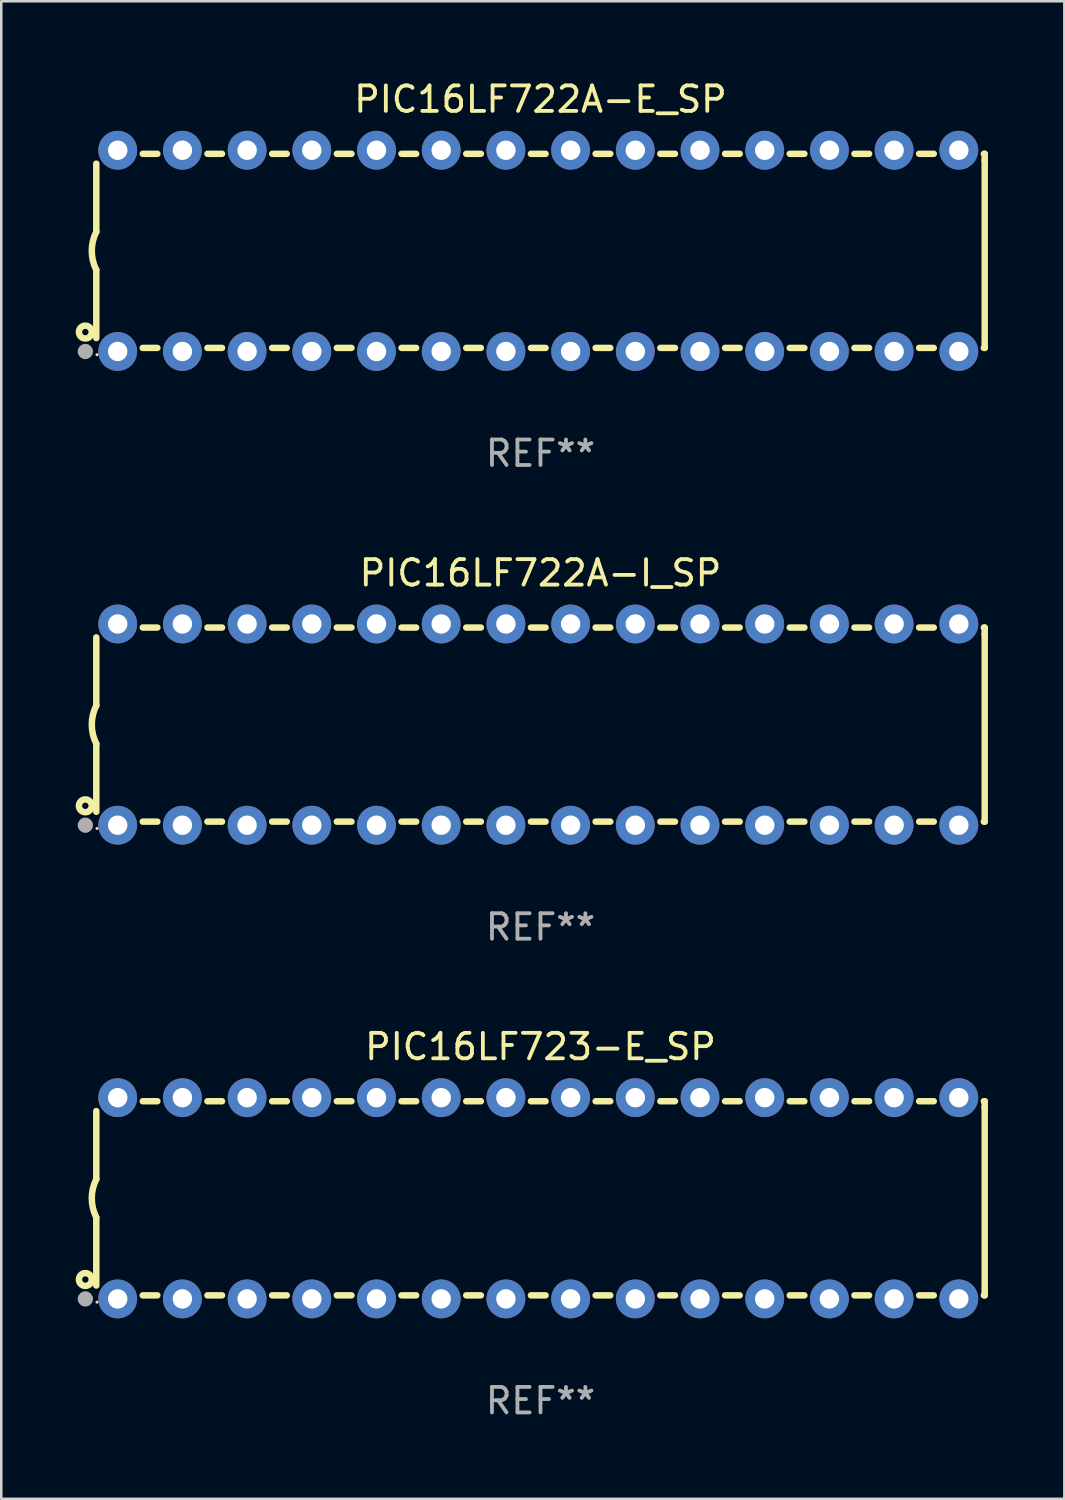
<source format=kicad_pcb>
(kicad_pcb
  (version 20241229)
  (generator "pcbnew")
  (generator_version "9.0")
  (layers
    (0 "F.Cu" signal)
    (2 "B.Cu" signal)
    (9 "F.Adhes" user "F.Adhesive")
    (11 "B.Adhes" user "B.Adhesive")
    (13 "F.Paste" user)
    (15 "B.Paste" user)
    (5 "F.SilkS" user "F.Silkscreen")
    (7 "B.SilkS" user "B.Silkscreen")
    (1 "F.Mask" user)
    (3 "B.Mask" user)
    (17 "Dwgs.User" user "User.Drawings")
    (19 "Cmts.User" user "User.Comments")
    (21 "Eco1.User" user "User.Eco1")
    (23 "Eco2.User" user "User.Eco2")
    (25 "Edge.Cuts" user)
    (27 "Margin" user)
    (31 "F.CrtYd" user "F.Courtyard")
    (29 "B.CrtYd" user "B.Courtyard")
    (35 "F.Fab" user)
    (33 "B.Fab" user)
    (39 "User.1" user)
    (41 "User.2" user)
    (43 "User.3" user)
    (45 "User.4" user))
  (footprint "PIC16LF723-E_SP"
    (layer "F.Cu")
    (at 18.168 43.991)
    (property "Reference" "PIC16LF723-E_SP" (at 0 -5.95 0) (layer "F.SilkS") (effects (font (size 1 1) (thickness 0.15))))
    (attr through_hole)
    (fp_line (start -17.438 0.75) (end -17.438 3.423) (stroke (width 0.254) (type solid)) (layer "F.SilkS"))
    (fp_line (start -17.438 -3.423) (end -17.438 -0.75) (stroke (width 0.254) (type solid)) (layer "F.SilkS"))
    (fp_line (start -15.615 3.81) (end -15.041 3.81) (stroke (width 0.254) (type solid)) (layer "F.SilkS"))
    (fp_line (start -15.041 -3.81) (end -15.614 -3.81) (stroke (width 0.254) (type solid)) (layer "F.SilkS"))
    (fp_line (start -13.075 3.81) (end -12.501 3.81) (stroke (width 0.254) (type solid)) (layer "F.SilkS"))
    (fp_line (start -12.501 -3.81) (end -13.074 -3.81) (stroke (width 0.254) (type solid)) (layer "F.SilkS"))
    (fp_line (start -10.535 3.81) (end -9.961 3.81) (stroke (width 0.254) (type solid)) (layer "F.SilkS"))
    (fp_line (start -9.961 -3.81) (end -10.534 -3.81) (stroke (width 0.254) (type solid)) (layer "F.SilkS"))
    (fp_line (start -7.995 3.81) (end -7.421 3.81) (stroke (width 0.254) (type solid)) (layer "F.SilkS"))
    (fp_line (start -7.421 -3.81) (end -7.995 -3.81) (stroke (width 0.254) (type solid)) (layer "F.SilkS"))
    (fp_line (start -5.455 3.81) (end -4.881 3.81) (stroke (width 0.254) (type solid)) (layer "F.SilkS"))
    (fp_line (start -4.881 -3.81) (end -5.455 -3.81) (stroke (width 0.254) (type solid)) (layer "F.SilkS"))
    (fp_line (start -2.915 3.81) (end -2.341 3.81) (stroke (width 0.254) (type solid)) (layer "F.SilkS"))
    (fp_line (start -2.341 -3.81) (end -2.915 -3.81) (stroke (width 0.254) (type solid)) (layer "F.SilkS"))
    (fp_line (start -0.375 3.81) (end 0.199 3.81) (stroke (width 0.254) (type solid)) (layer "F.SilkS"))
    (fp_line (start 0.199 -3.81) (end -0.375 -3.81) (stroke (width 0.254) (type solid)) (layer "F.SilkS"))
    (fp_line (start 2.165 3.81) (end 2.739 3.81) (stroke (width 0.254) (type solid)) (layer "F.SilkS"))
    (fp_line (start 2.739 -3.81) (end 2.165 -3.81) (stroke (width 0.254) (type solid)) (layer "F.SilkS"))
    (fp_line (start 4.705 3.81) (end 5.279 3.81) (stroke (width 0.254) (type solid)) (layer "F.SilkS"))
    (fp_line (start 5.279 -3.81) (end 4.705 -3.81) (stroke (width 0.254) (type solid)) (layer "F.SilkS"))
    (fp_line (start 7.245 3.81) (end 7.819 3.81) (stroke (width 0.254) (type solid)) (layer "F.SilkS"))
    (fp_line (start 7.819 -3.81) (end 7.245 -3.81) (stroke (width 0.254) (type solid)) (layer "F.SilkS"))
    (fp_line (start 9.785 3.81) (end 10.359 3.81) (stroke (width 0.254) (type solid)) (layer "F.SilkS"))
    (fp_line (start 10.359 -3.81) (end 9.785 -3.81) (stroke (width 0.254) (type solid)) (layer "F.SilkS"))
    (fp_line (start 12.325 3.81) (end 12.899 3.81) (stroke (width 0.254) (type solid)) (layer "F.SilkS"))
    (fp_line (start 12.899 -3.81) (end 12.325 -3.81) (stroke (width 0.254) (type solid)) (layer "F.SilkS"))
    (fp_line (start 14.865 3.81) (end 15.439 3.81) (stroke (width 0.254) (type solid)) (layer "F.SilkS"))
    (fp_line (start 15.439 -3.81) (end 14.865 -3.81) (stroke (width 0.254) (type solid)) (layer "F.SilkS"))
    (fp_line (start 17.405 3.81) (end 17.438 3.81) (stroke (width 0.254) (type solid)) (layer "F.SilkS"))
    (fp_line (start 17.438 -3.81) (end 17.405 -3.81) (stroke (width 0.254) (type solid)) (layer "F.SilkS"))
    (fp_line (start 17.438 -3.556) (end 17.438 -3.81) (stroke (width 0.254) (type solid)) (layer "F.SilkS"))
    (fp_line (start 17.438 3.81) (end 17.438 -3.556) (stroke (width 0.254) (type solid)) (layer "F.SilkS"))
    (fp_arc (start -17.437986 0.749657) (mid -17.614887 -0.000024) (end -17.437783 -0.749657) (stroke (width 0.254001) (type solid)) (layer "F.SilkS"))
    (fp_circle (center -17.868 3.188) (end -17.743 3.188) (stroke (width 0.254) (type solid)) (fill no) (layer "F.SilkS"))
    (fp_circle (center -17.411 4.077) (end -17.381 4.077) (stroke (width 0.06) (type solid)) (fill no) (layer "F.SilkS"))
    (fp_circle (center -17.868 3.95) (end -17.718 3.95) (stroke (width 0.3) (type solid)) (fill no) (layer "F.Fab"))
    (fp_text user "REF**" (at 0 7.95 0) (layer "F.Fab") (effects (font (size 1 1) (thickness 0.15))))
    (pad "1" thru_hole circle (at -16.598 3.95) (size 1.524 1.524) (drill 0.762) (layers "*.Cu" "*.Mask"))
    (pad "2" thru_hole circle (at -14.058 3.95) (size 1.524 1.524) (drill 0.762) (layers "*.Cu" "*.Mask"))
    (pad "3" thru_hole circle (at -11.518 3.95) (size 1.524 1.524) (drill 0.762) (layers "*.Cu" "*.Mask"))
    (pad "4" thru_hole circle (at -8.978 3.95) (size 1.524 1.524) (drill 0.762) (layers "*.Cu" "*.Mask"))
    (pad "5" thru_hole circle (at -6.438 3.95) (size 1.524 1.524) (drill 0.762) (layers "*.Cu" "*.Mask"))
    (pad "6" thru_hole circle (at -3.898 3.95) (size 1.524 1.524) (drill 0.762) (layers "*.Cu" "*.Mask"))
    (pad "7" thru_hole circle (at -1.358 3.95) (size 1.524 1.524) (drill 0.762) (layers "*.Cu" "*.Mask"))
    (pad "8" thru_hole circle (at 1.182 3.95) (size 1.524 1.524) (drill 0.762) (layers "*.Cu" "*.Mask"))
    (pad "9" thru_hole circle (at 3.722 3.95) (size 1.524 1.524) (drill 0.762) (layers "*.Cu" "*.Mask"))
    (pad "10" thru_hole circle (at 6.262 3.95) (size 1.524 1.524) (drill 0.762) (layers "*.Cu" "*.Mask"))
    (pad "11" thru_hole circle (at 8.802 3.95) (size 1.524 1.524) (drill 0.762) (layers "*.Cu" "*.Mask"))
    (pad "12" thru_hole circle (at 11.342 3.95) (size 1.524 1.524) (drill 0.762) (layers "*.Cu" "*.Mask"))
    (pad "13" thru_hole circle (at 13.882 3.95) (size 1.524 1.524) (drill 0.762) (layers "*.Cu" "*.Mask"))
    (pad "14" thru_hole circle (at 16.422 3.95) (size 1.524 1.524) (drill 0.762) (layers "*.Cu" "*.Mask"))
    (pad "15" thru_hole circle (at 16.422 -3.95) (size 1.524 1.524) (drill 0.762) (layers "*.Cu" "*.Mask"))
    (pad "16" thru_hole circle (at 13.882 -3.95) (size 1.524 1.524) (drill 0.762) (layers "*.Cu" "*.Mask"))
    (pad "17" thru_hole circle (at 11.342 -3.95) (size 1.524 1.524) (drill 0.762) (layers "*.Cu" "*.Mask"))
    (pad "18" thru_hole circle (at 8.802 -3.95) (size 1.524 1.524) (drill 0.762) (layers "*.Cu" "*.Mask"))
    (pad "19" thru_hole circle (at 6.262 -3.95) (size 1.524 1.524) (drill 0.762) (layers "*.Cu" "*.Mask"))
    (pad "20" thru_hole circle (at 3.722 -3.95) (size 1.524 1.524) (drill 0.762) (layers "*.Cu" "*.Mask"))
    (pad "21" thru_hole circle (at 1.182 -3.95) (size 1.524 1.524) (drill 0.762) (layers "*.Cu" "*.Mask"))
    (pad "22" thru_hole circle (at -1.358 -3.95) (size 1.524 1.524) (drill 0.762) (layers "*.Cu" "*.Mask"))
    (pad "23" thru_hole circle (at -3.898 -3.95) (size 1.524 1.524) (drill 0.762) (layers "*.Cu" "*.Mask"))
    (pad "24" thru_hole circle (at -6.438 -3.95) (size 1.524 1.524) (drill 0.762) (layers "*.Cu" "*.Mask"))
    (pad "25" thru_hole circle (at -8.978 -3.95) (size 1.524 1.524) (drill 0.762) (layers "*.Cu" "*.Mask"))
    (pad "26" thru_hole circle (at -11.517 -3.95) (size 1.524 1.524) (drill 0.762) (layers "*.Cu" "*.Mask"))
    (pad "27" thru_hole circle (at -14.057 -3.95) (size 1.524 1.524) (drill 0.762) (layers "*.Cu" "*.Mask"))
    (pad "28" thru_hole circle (at -16.597 -3.95) (size 1.524 1.524) (drill 0.762) (layers "*.Cu" "*.Mask")))
  (footprint "PIC16LF722A-E_SP"
    (layer "F.Cu")
    (at 18.168 6.798)
    (property "Reference" "PIC16LF722A-E_SP" (at 0 -5.95 0) (layer "F.SilkS") (effects (font (size 1 1) (thickness 0.15))))
    (attr through_hole)
    (fp_line (start -17.438 0.75) (end -17.438 3.423) (stroke (width 0.254) (type solid)) (layer "F.SilkS"))
    (fp_line (start -17.438 -3.423) (end -17.438 -0.75) (stroke (width 0.254) (type solid)) (layer "F.SilkS"))
    (fp_line (start -15.615 3.81) (end -15.041 3.81) (stroke (width 0.254) (type solid)) (layer "F.SilkS"))
    (fp_line (start -15.041 -3.81) (end -15.614 -3.81) (stroke (width 0.254) (type solid)) (layer "F.SilkS"))
    (fp_line (start -13.075 3.81) (end -12.501 3.81) (stroke (width 0.254) (type solid)) (layer "F.SilkS"))
    (fp_line (start -12.501 -3.81) (end -13.074 -3.81) (stroke (width 0.254) (type solid)) (layer "F.SilkS"))
    (fp_line (start -10.535 3.81) (end -9.961 3.81) (stroke (width 0.254) (type solid)) (layer "F.SilkS"))
    (fp_line (start -9.961 -3.81) (end -10.534 -3.81) (stroke (width 0.254) (type solid)) (layer "F.SilkS"))
    (fp_line (start -7.995 3.81) (end -7.421 3.81) (stroke (width 0.254) (type solid)) (layer "F.SilkS"))
    (fp_line (start -7.421 -3.81) (end -7.995 -3.81) (stroke (width 0.254) (type solid)) (layer "F.SilkS"))
    (fp_line (start -5.455 3.81) (end -4.881 3.81) (stroke (width 0.254) (type solid)) (layer "F.SilkS"))
    (fp_line (start -4.881 -3.81) (end -5.455 -3.81) (stroke (width 0.254) (type solid)) (layer "F.SilkS"))
    (fp_line (start -2.915 3.81) (end -2.341 3.81) (stroke (width 0.254) (type solid)) (layer "F.SilkS"))
    (fp_line (start -2.341 -3.81) (end -2.915 -3.81) (stroke (width 0.254) (type solid)) (layer "F.SilkS"))
    (fp_line (start -0.375 3.81) (end 0.199 3.81) (stroke (width 0.254) (type solid)) (layer "F.SilkS"))
    (fp_line (start 0.199 -3.81) (end -0.375 -3.81) (stroke (width 0.254) (type solid)) (layer "F.SilkS"))
    (fp_line (start 2.165 3.81) (end 2.739 3.81) (stroke (width 0.254) (type solid)) (layer "F.SilkS"))
    (fp_line (start 2.739 -3.81) (end 2.165 -3.81) (stroke (width 0.254) (type solid)) (layer "F.SilkS"))
    (fp_line (start 4.705 3.81) (end 5.279 3.81) (stroke (width 0.254) (type solid)) (layer "F.SilkS"))
    (fp_line (start 5.279 -3.81) (end 4.705 -3.81) (stroke (width 0.254) (type solid)) (layer "F.SilkS"))
    (fp_line (start 7.245 3.81) (end 7.819 3.81) (stroke (width 0.254) (type solid)) (layer "F.SilkS"))
    (fp_line (start 7.819 -3.81) (end 7.245 -3.81) (stroke (width 0.254) (type solid)) (layer "F.SilkS"))
    (fp_line (start 9.785 3.81) (end 10.359 3.81) (stroke (width 0.254) (type solid)) (layer "F.SilkS"))
    (fp_line (start 10.359 -3.81) (end 9.785 -3.81) (stroke (width 0.254) (type solid)) (layer "F.SilkS"))
    (fp_line (start 12.325 3.81) (end 12.899 3.81) (stroke (width 0.254) (type solid)) (layer "F.SilkS"))
    (fp_line (start 12.899 -3.81) (end 12.325 -3.81) (stroke (width 0.254) (type solid)) (layer "F.SilkS"))
    (fp_line (start 14.865 3.81) (end 15.439 3.81) (stroke (width 0.254) (type solid)) (layer "F.SilkS"))
    (fp_line (start 15.439 -3.81) (end 14.865 -3.81) (stroke (width 0.254) (type solid)) (layer "F.SilkS"))
    (fp_line (start 17.405 3.81) (end 17.438 3.81) (stroke (width 0.254) (type solid)) (layer "F.SilkS"))
    (fp_line (start 17.438 -3.81) (end 17.405 -3.81) (stroke (width 0.254) (type solid)) (layer "F.SilkS"))
    (fp_line (start 17.438 -3.556) (end 17.438 -3.81) (stroke (width 0.254) (type solid)) (layer "F.SilkS"))
    (fp_line (start 17.438 3.81) (end 17.438 -3.556) (stroke (width 0.254) (type solid)) (layer "F.SilkS"))
    (fp_arc (start -17.437986 0.749657) (mid -17.614887 -0.000024) (end -17.437783 -0.749657) (stroke (width 0.254001) (type solid)) (layer "F.SilkS"))
    (fp_circle (center -17.868 3.188) (end -17.743 3.188) (stroke (width 0.254) (type solid)) (fill no) (layer "F.SilkS"))
    (fp_circle (center -17.411 4.077) (end -17.381 4.077) (stroke (width 0.06) (type solid)) (fill no) (layer "F.SilkS"))
    (fp_circle (center -17.868 3.95) (end -17.718 3.95) (stroke (width 0.3) (type solid)) (fill no) (layer "F.Fab"))
    (fp_text user "REF**" (at 0 7.95 0) (layer "F.Fab") (effects (font (size 1 1) (thickness 0.15))))
    (pad "1" thru_hole circle (at -16.598 3.95) (size 1.524 1.524) (drill 0.762) (layers "*.Cu" "*.Mask"))
    (pad "2" thru_hole circle (at -14.058 3.95) (size 1.524 1.524) (drill 0.762) (layers "*.Cu" "*.Mask"))
    (pad "3" thru_hole circle (at -11.518 3.95) (size 1.524 1.524) (drill 0.762) (layers "*.Cu" "*.Mask"))
    (pad "4" thru_hole circle (at -8.978 3.95) (size 1.524 1.524) (drill 0.762) (layers "*.Cu" "*.Mask"))
    (pad "5" thru_hole circle (at -6.438 3.95) (size 1.524 1.524) (drill 0.762) (layers "*.Cu" "*.Mask"))
    (pad "6" thru_hole circle (at -3.898 3.95) (size 1.524 1.524) (drill 0.762) (layers "*.Cu" "*.Mask"))
    (pad "7" thru_hole circle (at -1.358 3.95) (size 1.524 1.524) (drill 0.762) (layers "*.Cu" "*.Mask"))
    (pad "8" thru_hole circle (at 1.182 3.95) (size 1.524 1.524) (drill 0.762) (layers "*.Cu" "*.Mask"))
    (pad "9" thru_hole circle (at 3.722 3.95) (size 1.524 1.524) (drill 0.762) (layers "*.Cu" "*.Mask"))
    (pad "10" thru_hole circle (at 6.262 3.95) (size 1.524 1.524) (drill 0.762) (layers "*.Cu" "*.Mask"))
    (pad "11" thru_hole circle (at 8.802 3.95) (size 1.524 1.524) (drill 0.762) (layers "*.Cu" "*.Mask"))
    (pad "12" thru_hole circle (at 11.342 3.95) (size 1.524 1.524) (drill 0.762) (layers "*.Cu" "*.Mask"))
    (pad "13" thru_hole circle (at 13.882 3.95) (size 1.524 1.524) (drill 0.762) (layers "*.Cu" "*.Mask"))
    (pad "14" thru_hole circle (at 16.422 3.95) (size 1.524 1.524) (drill 0.762) (layers "*.Cu" "*.Mask"))
    (pad "15" thru_hole circle (at 16.422 -3.95) (size 1.524 1.524) (drill 0.762) (layers "*.Cu" "*.Mask"))
    (pad "16" thru_hole circle (at 13.882 -3.95) (size 1.524 1.524) (drill 0.762) (layers "*.Cu" "*.Mask"))
    (pad "17" thru_hole circle (at 11.342 -3.95) (size 1.524 1.524) (drill 0.762) (layers "*.Cu" "*.Mask"))
    (pad "18" thru_hole circle (at 8.802 -3.95) (size 1.524 1.524) (drill 0.762) (layers "*.Cu" "*.Mask"))
    (pad "19" thru_hole circle (at 6.262 -3.95) (size 1.524 1.524) (drill 0.762) (layers "*.Cu" "*.Mask"))
    (pad "20" thru_hole circle (at 3.722 -3.95) (size 1.524 1.524) (drill 0.762) (layers "*.Cu" "*.Mask"))
    (pad "21" thru_hole circle (at 1.182 -3.95) (size 1.524 1.524) (drill 0.762) (layers "*.Cu" "*.Mask"))
    (pad "22" thru_hole circle (at -1.358 -3.95) (size 1.524 1.524) (drill 0.762) (layers "*.Cu" "*.Mask"))
    (pad "23" thru_hole circle (at -3.898 -3.95) (size 1.524 1.524) (drill 0.762) (layers "*.Cu" "*.Mask"))
    (pad "24" thru_hole circle (at -6.438 -3.95) (size 1.524 1.524) (drill 0.762) (layers "*.Cu" "*.Mask"))
    (pad "25" thru_hole circle (at -8.978 -3.95) (size 1.524 1.524) (drill 0.762) (layers "*.Cu" "*.Mask"))
    (pad "26" thru_hole circle (at -11.517 -3.95) (size 1.524 1.524) (drill 0.762) (layers "*.Cu" "*.Mask"))
    (pad "27" thru_hole circle (at -14.057 -3.95) (size 1.524 1.524) (drill 0.762) (layers "*.Cu" "*.Mask"))
    (pad "28" thru_hole circle (at -16.597 -3.95) (size 1.524 1.524) (drill 0.762) (layers "*.Cu" "*.Mask")))
  (footprint "PIC16LF722A-I_SP"
    (layer "F.Cu")
    (at 18.168 25.395)
    (property "Reference" "PIC16LF722A-I_SP" (at 0 -5.95 0) (layer "F.SilkS") (effects (font (size 1 1) (thickness 0.15))))
    (attr through_hole)
    (fp_line (start -17.438 0.75) (end -17.438 3.423) (stroke (width 0.254) (type solid)) (layer "F.SilkS"))
    (fp_line (start -17.438 -3.423) (end -17.438 -0.75) (stroke (width 0.254) (type solid)) (layer "F.SilkS"))
    (fp_line (start -15.615 3.81) (end -15.041 3.81) (stroke (width 0.254) (type solid)) (layer "F.SilkS"))
    (fp_line (start -15.041 -3.81) (end -15.614 -3.81) (stroke (width 0.254) (type solid)) (layer "F.SilkS"))
    (fp_line (start -13.075 3.81) (end -12.501 3.81) (stroke (width 0.254) (type solid)) (layer "F.SilkS"))
    (fp_line (start -12.501 -3.81) (end -13.074 -3.81) (stroke (width 0.254) (type solid)) (layer "F.SilkS"))
    (fp_line (start -10.535 3.81) (end -9.961 3.81) (stroke (width 0.254) (type solid)) (layer "F.SilkS"))
    (fp_line (start -9.961 -3.81) (end -10.534 -3.81) (stroke (width 0.254) (type solid)) (layer "F.SilkS"))
    (fp_line (start -7.995 3.81) (end -7.421 3.81) (stroke (width 0.254) (type solid)) (layer "F.SilkS"))
    (fp_line (start -7.421 -3.81) (end -7.995 -3.81) (stroke (width 0.254) (type solid)) (layer "F.SilkS"))
    (fp_line (start -5.455 3.81) (end -4.881 3.81) (stroke (width 0.254) (type solid)) (layer "F.SilkS"))
    (fp_line (start -4.881 -3.81) (end -5.455 -3.81) (stroke (width 0.254) (type solid)) (layer "F.SilkS"))
    (fp_line (start -2.915 3.81) (end -2.341 3.81) (stroke (width 0.254) (type solid)) (layer "F.SilkS"))
    (fp_line (start -2.341 -3.81) (end -2.915 -3.81) (stroke (width 0.254) (type solid)) (layer "F.SilkS"))
    (fp_line (start -0.375 3.81) (end 0.199 3.81) (stroke (width 0.254) (type solid)) (layer "F.SilkS"))
    (fp_line (start 0.199 -3.81) (end -0.375 -3.81) (stroke (width 0.254) (type solid)) (layer "F.SilkS"))
    (fp_line (start 2.165 3.81) (end 2.739 3.81) (stroke (width 0.254) (type solid)) (layer "F.SilkS"))
    (fp_line (start 2.739 -3.81) (end 2.165 -3.81) (stroke (width 0.254) (type solid)) (layer "F.SilkS"))
    (fp_line (start 4.705 3.81) (end 5.279 3.81) (stroke (width 0.254) (type solid)) (layer "F.SilkS"))
    (fp_line (start 5.279 -3.81) (end 4.705 -3.81) (stroke (width 0.254) (type solid)) (layer "F.SilkS"))
    (fp_line (start 7.245 3.81) (end 7.819 3.81) (stroke (width 0.254) (type solid)) (layer "F.SilkS"))
    (fp_line (start 7.819 -3.81) (end 7.245 -3.81) (stroke (width 0.254) (type solid)) (layer "F.SilkS"))
    (fp_line (start 9.785 3.81) (end 10.359 3.81) (stroke (width 0.254) (type solid)) (layer "F.SilkS"))
    (fp_line (start 10.359 -3.81) (end 9.785 -3.81) (stroke (width 0.254) (type solid)) (layer "F.SilkS"))
    (fp_line (start 12.325 3.81) (end 12.899 3.81) (stroke (width 0.254) (type solid)) (layer "F.SilkS"))
    (fp_line (start 12.899 -3.81) (end 12.325 -3.81) (stroke (width 0.254) (type solid)) (layer "F.SilkS"))
    (fp_line (start 14.865 3.81) (end 15.439 3.81) (stroke (width 0.254) (type solid)) (layer "F.SilkS"))
    (fp_line (start 15.439 -3.81) (end 14.865 -3.81) (stroke (width 0.254) (type solid)) (layer "F.SilkS"))
    (fp_line (start 17.405 3.81) (end 17.438 3.81) (stroke (width 0.254) (type solid)) (layer "F.SilkS"))
    (fp_line (start 17.438 -3.81) (end 17.405 -3.81) (stroke (width 0.254) (type solid)) (layer "F.SilkS"))
    (fp_line (start 17.438 -3.556) (end 17.438 -3.81) (stroke (width 0.254) (type solid)) (layer "F.SilkS"))
    (fp_line (start 17.438 3.81) (end 17.438 -3.556) (stroke (width 0.254) (type solid)) (layer "F.SilkS"))
    (fp_arc (start -17.437986 0.749657) (mid -17.614887 -0.000024) (end -17.437783 -0.749657) (stroke (width 0.254001) (type solid)) (layer "F.SilkS"))
    (fp_circle (center -17.868 3.188) (end -17.743 3.188) (stroke (width 0.254) (type solid)) (fill no) (layer "F.SilkS"))
    (fp_circle (center -17.411 4.077) (end -17.381 4.077) (stroke (width 0.06) (type solid)) (fill no) (layer "F.SilkS"))
    (fp_circle (center -17.868 3.95) (end -17.718 3.95) (stroke (width 0.3) (type solid)) (fill no) (layer "F.Fab"))
    (fp_text user "REF**" (at 0 7.95 0) (layer "F.Fab") (effects (font (size 1 1) (thickness 0.15))))
    (pad "1" thru_hole circle (at -16.598 3.95) (size 1.524 1.524) (drill 0.762) (layers "*.Cu" "*.Mask"))
    (pad "2" thru_hole circle (at -14.058 3.95) (size 1.524 1.524) (drill 0.762) (layers "*.Cu" "*.Mask"))
    (pad "3" thru_hole circle (at -11.518 3.95) (size 1.524 1.524) (drill 0.762) (layers "*.Cu" "*.Mask"))
    (pad "4" thru_hole circle (at -8.978 3.95) (size 1.524 1.524) (drill 0.762) (layers "*.Cu" "*.Mask"))
    (pad "5" thru_hole circle (at -6.438 3.95) (size 1.524 1.524) (drill 0.762) (layers "*.Cu" "*.Mask"))
    (pad "6" thru_hole circle (at -3.898 3.95) (size 1.524 1.524) (drill 0.762) (layers "*.Cu" "*.Mask"))
    (pad "7" thru_hole circle (at -1.358 3.95) (size 1.524 1.524) (drill 0.762) (layers "*.Cu" "*.Mask"))
    (pad "8" thru_hole circle (at 1.182 3.95) (size 1.524 1.524) (drill 0.762) (layers "*.Cu" "*.Mask"))
    (pad "9" thru_hole circle (at 3.722 3.95) (size 1.524 1.524) (drill 0.762) (layers "*.Cu" "*.Mask"))
    (pad "10" thru_hole circle (at 6.262 3.95) (size 1.524 1.524) (drill 0.762) (layers "*.Cu" "*.Mask"))
    (pad "11" thru_hole circle (at 8.802 3.95) (size 1.524 1.524) (drill 0.762) (layers "*.Cu" "*.Mask"))
    (pad "12" thru_hole circle (at 11.342 3.95) (size 1.524 1.524) (drill 0.762) (layers "*.Cu" "*.Mask"))
    (pad "13" thru_hole circle (at 13.882 3.95) (size 1.524 1.524) (drill 0.762) (layers "*.Cu" "*.Mask"))
    (pad "14" thru_hole circle (at 16.422 3.95) (size 1.524 1.524) (drill 0.762) (layers "*.Cu" "*.Mask"))
    (pad "15" thru_hole circle (at 16.422 -3.95) (size 1.524 1.524) (drill 0.762) (layers "*.Cu" "*.Mask"))
    (pad "16" thru_hole circle (at 13.882 -3.95) (size 1.524 1.524) (drill 0.762) (layers "*.Cu" "*.Mask"))
    (pad "17" thru_hole circle (at 11.342 -3.95) (size 1.524 1.524) (drill 0.762) (layers "*.Cu" "*.Mask"))
    (pad "18" thru_hole circle (at 8.802 -3.95) (size 1.524 1.524) (drill 0.762) (layers "*.Cu" "*.Mask"))
    (pad "19" thru_hole circle (at 6.262 -3.95) (size 1.524 1.524) (drill 0.762) (layers "*.Cu" "*.Mask"))
    (pad "20" thru_hole circle (at 3.722 -3.95) (size 1.524 1.524) (drill 0.762) (layers "*.Cu" "*.Mask"))
    (pad "21" thru_hole circle (at 1.182 -3.95) (size 1.524 1.524) (drill 0.762) (layers "*.Cu" "*.Mask"))
    (pad "22" thru_hole circle (at -1.358 -3.95) (size 1.524 1.524) (drill 0.762) (layers "*.Cu" "*.Mask"))
    (pad "23" thru_hole circle (at -3.898 -3.95) (size 1.524 1.524) (drill 0.762) (layers "*.Cu" "*.Mask"))
    (pad "24" thru_hole circle (at -6.438 -3.95) (size 1.524 1.524) (drill 0.762) (layers "*.Cu" "*.Mask"))
    (pad "25" thru_hole circle (at -8.978 -3.95) (size 1.524 1.524) (drill 0.762) (layers "*.Cu" "*.Mask"))
    (pad "26" thru_hole circle (at -11.517 -3.95) (size 1.524 1.524) (drill 0.762) (layers "*.Cu" "*.Mask"))
    (pad "27" thru_hole circle (at -14.057 -3.95) (size 1.524 1.524) (drill 0.762) (layers "*.Cu" "*.Mask"))
    (pad "28" thru_hole circle (at -16.597 -3.95) (size 1.524 1.524) (drill 0.762) (layers "*.Cu" "*.Mask")))
  (gr_rect
    (start -3 -3)
    (end 38.733 55.789)
    (stroke (width 0.1) (type default))
    (fill no)
    (layer "Edge.Cuts")))
</source>
